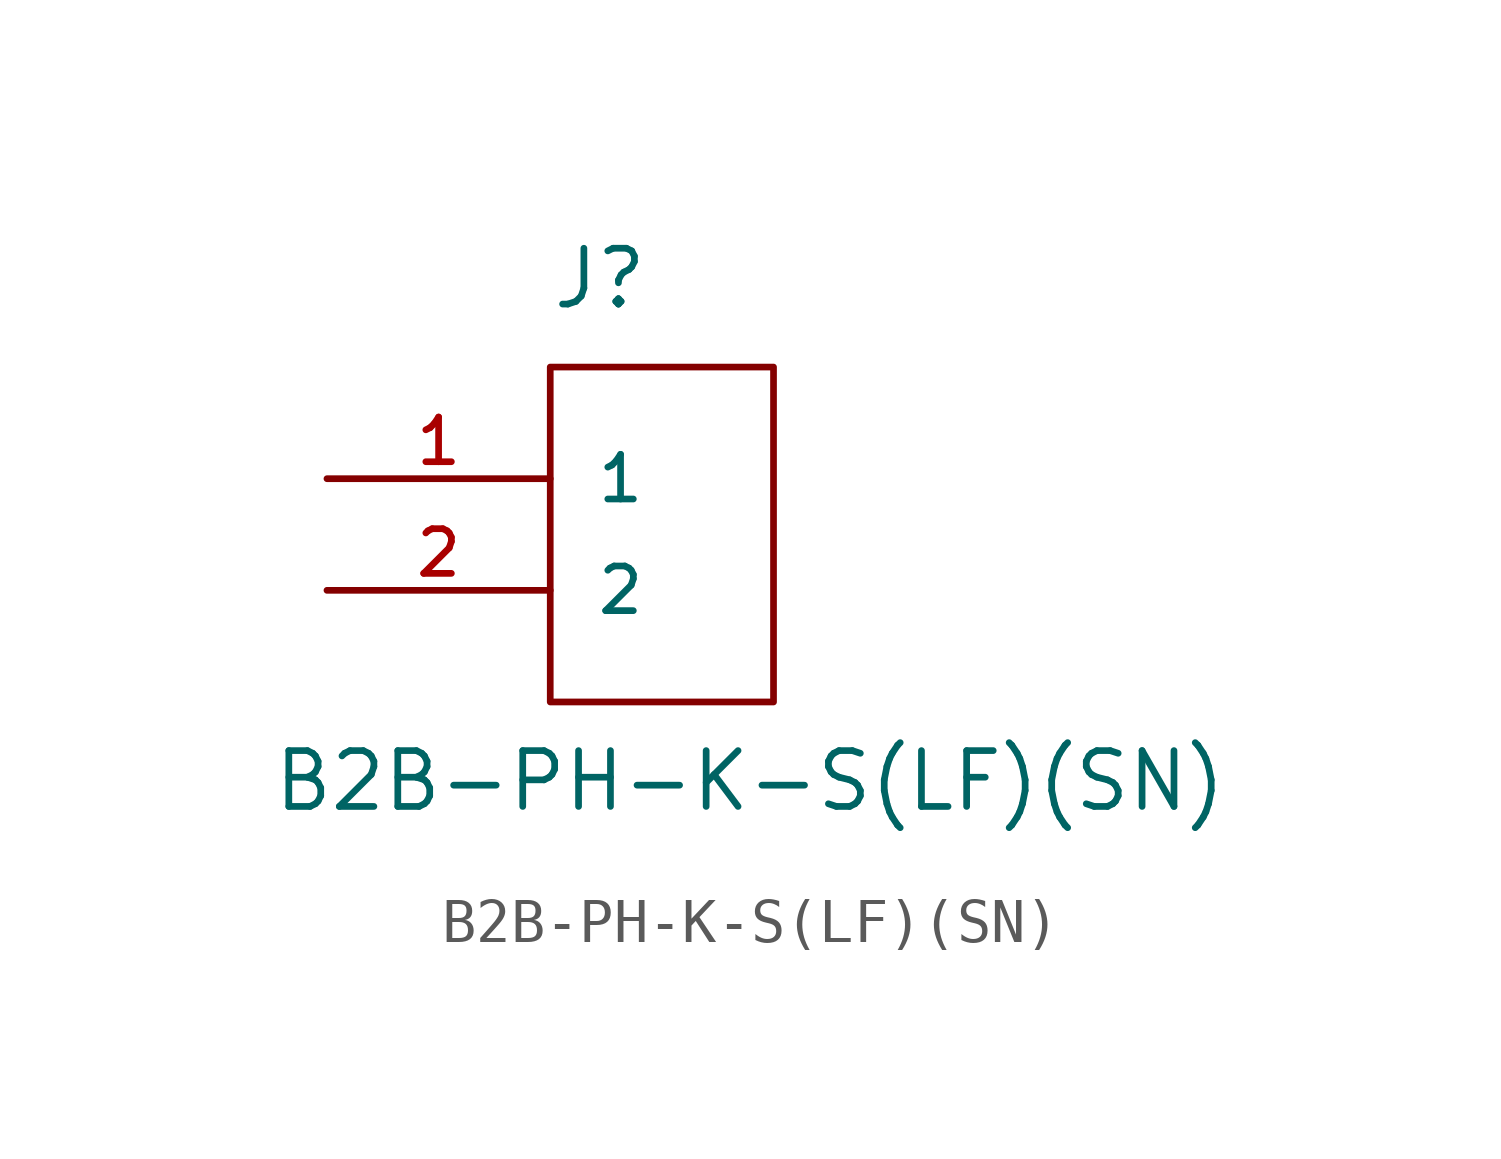
<source format=kicad_sym>
(kicad_symbol_lib
  (version 20220914)
  (generator kicad_symbol_editor)
  (symbol "B2B-PH-K-S(LF)(SN)"
    (pin_names
      (offset 1.016))
    (property "Reference" "J"
      (at -2.54 3.81 0)
      (effects (font (size 1.27 1.27)) (justify left bottom)))
    (property "Value" "B2B-PH-K-S(LF)(SN)"
      (at -8.89 -7.62 0)
      (effects (font (size 1.27 1.27)) (justify left bottom)))
    (property "ki_locked" ""
      (at 0 0 0)
      (effects (font (size 1.27 1.27))))
    (symbol "B2B-PH-K-S(LF)(SN)_0_0"
      (pin passive line (at -7.62 0 0) (length 5.08) (name "1" (effects (font (size 1.016 1.016)))) (number "1" (effects (font (size 1.016 1.016)))))
      (pin passive line (at -7.62 -2.54 0) (length 5.08) (name "2" (effects (font (size 1.016 1.016)))) (number "2" (effects (font (size 1.016 1.016))))))
    (symbol "B2B-PH-K-S(LF)(SN)_0_1"
      (rectangle (start -2.54 2.54) (end 2.54 -5.08) (stroke (width 0) (type solid)) (fill (type none))))))
</source>
